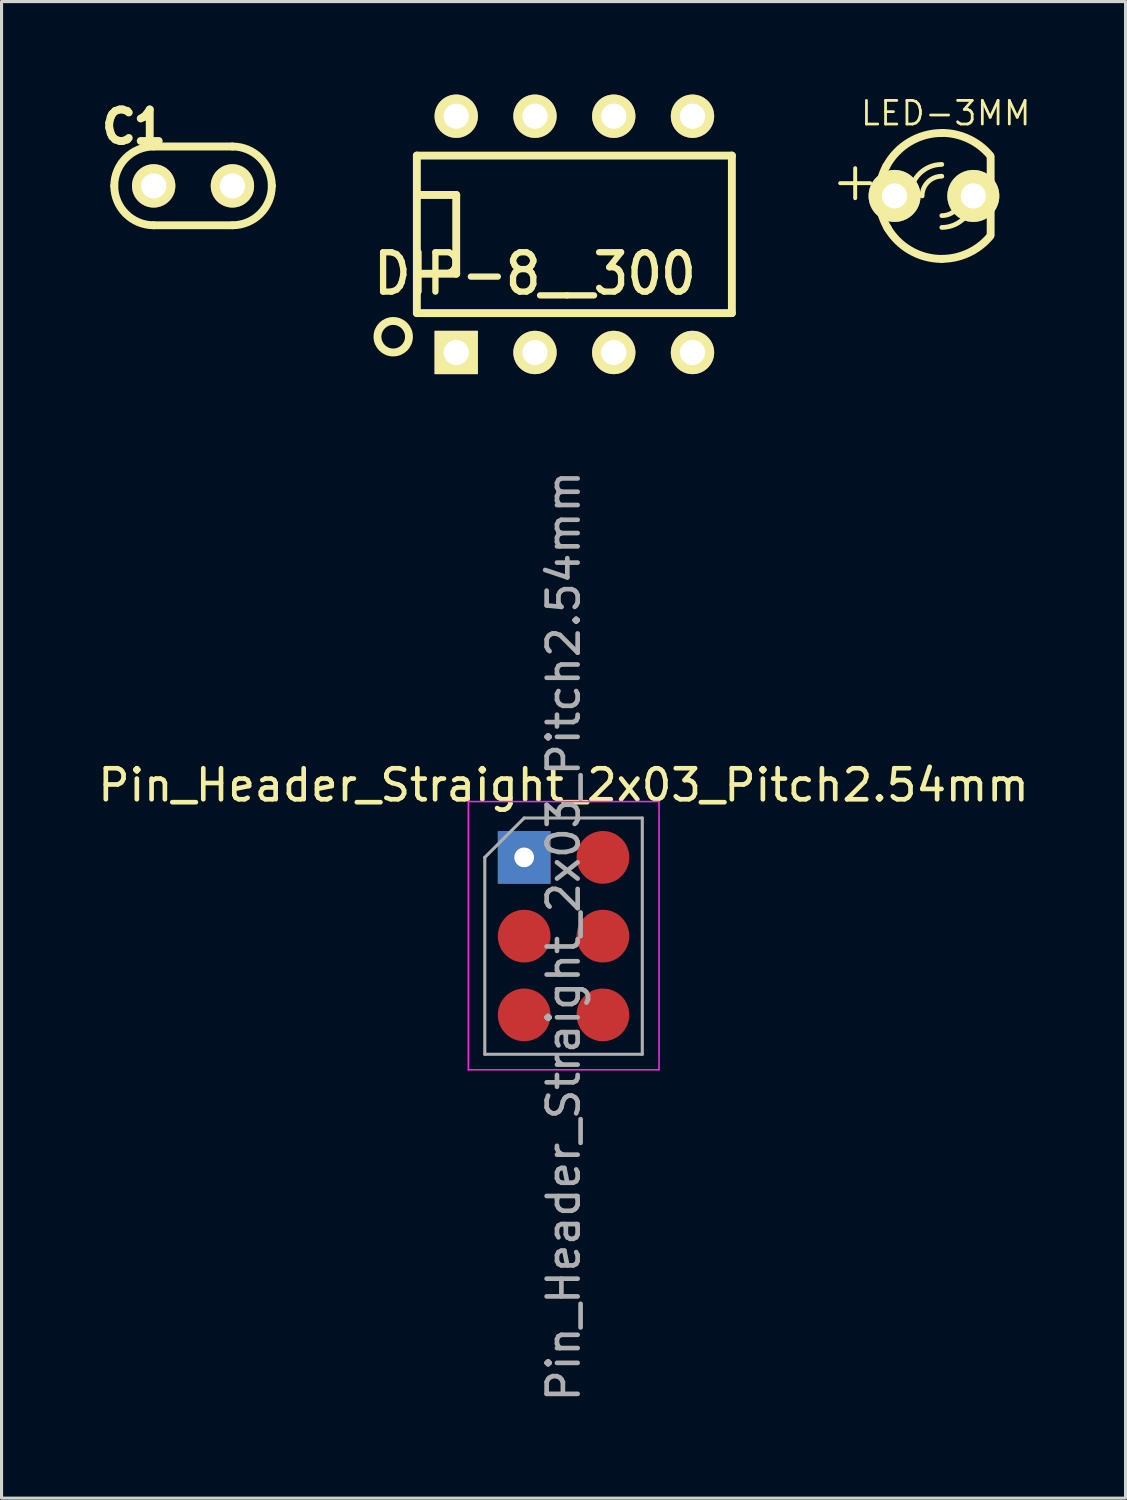
<source format=kicad_pcb>
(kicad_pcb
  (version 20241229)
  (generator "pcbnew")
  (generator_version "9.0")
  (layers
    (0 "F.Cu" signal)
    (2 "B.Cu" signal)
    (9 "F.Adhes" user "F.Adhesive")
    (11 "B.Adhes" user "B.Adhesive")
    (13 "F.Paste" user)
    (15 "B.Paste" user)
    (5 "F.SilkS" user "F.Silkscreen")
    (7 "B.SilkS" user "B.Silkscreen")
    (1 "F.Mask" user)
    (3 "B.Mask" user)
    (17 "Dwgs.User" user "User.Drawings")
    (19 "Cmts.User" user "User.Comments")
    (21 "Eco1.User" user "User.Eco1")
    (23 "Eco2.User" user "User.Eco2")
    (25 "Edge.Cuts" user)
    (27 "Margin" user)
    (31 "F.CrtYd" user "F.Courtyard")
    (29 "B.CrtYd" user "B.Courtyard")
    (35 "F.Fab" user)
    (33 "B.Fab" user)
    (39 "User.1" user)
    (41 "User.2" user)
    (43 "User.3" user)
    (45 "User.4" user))
  (footprint "Pin_Header_Straight_2x03_Pitch2.54mm"
    (layer "F.Cu")
    (at 13.855 24.602)
    (property "Reference" "Pin_Header_Straight_2x03_Pitch2.54mm" (at 1.27 -2.33 0) (layer "F.SilkS") (effects (font (size 1 1) (thickness 0.15))))
    (attr through_hole)
    (fp_line (start -1.8 -1.8) (end -1.8 6.85) (stroke (width 0.05) (type solid)) (layer "F.CrtYd"))
    (fp_line (start -1.8 6.85) (end 4.35 6.85) (stroke (width 0.05) (type solid)) (layer "F.CrtYd"))
    (fp_line (start 4.35 -1.8) (end -1.8 -1.8) (stroke (width 0.05) (type solid)) (layer "F.CrtYd"))
    (fp_line (start 4.35 6.85) (end 4.35 -1.8) (stroke (width 0.05) (type solid)) (layer "F.CrtYd"))
    (fp_line (start -1.27 0) (end 0 -1.27) (stroke (width 0.1) (type solid)) (layer "F.Fab"))
    (fp_line (start -1.27 6.35) (end -1.27 0) (stroke (width 0.1) (type solid)) (layer "F.Fab"))
    (fp_line (start 0 -1.27) (end 3.81 -1.27) (stroke (width 0.1) (type solid)) (layer "F.Fab"))
    (fp_line (start 3.81 -1.27) (end 3.81 6.35) (stroke (width 0.1) (type solid)) (layer "F.Fab"))
    (fp_line (start 3.81 6.35) (end -1.27 6.35) (stroke (width 0.1) (type solid)) (layer "F.Fab"))
    (fp_text user "${REFERENCE}" (at 1.27 2.54 90) (layer "F.Fab") (effects (font (size 1 1) (thickness 0.15))))
    (pad "1" thru_hole rect (at 0 0) (size 1.7 1.7) (drill 0.635) (layers "*.Cu" "F.Mask"))
    (pad "2" smd oval (at 2.54 0) (size 1.7 1.7) (layers "F.Cu" "F.Mask" "F.Paste"))
    (pad "3" smd oval (at 0 2.54) (size 1.7 1.7) (layers "F.Cu" "F.Mask" "F.Paste"))
    (pad "4" smd oval (at 2.54 2.54) (size 1.7 1.7) (layers "F.Cu" "F.Mask" "F.Paste"))
    (pad "5" smd oval (at 0 5.08) (size 1.7 1.7) (layers "F.Cu" "F.Mask" "F.Paste"))
    (pad "6" smd oval (at 2.54 5.08) (size 1.7 1.7) (layers "F.Cu" "F.Mask" "F.Paste")))
  (footprint "C1"
    (layer "F.Cu")
    (at 3.176 2.945)
    (property "Reference" "C1" (at -1.905 -1.905 0) (layer "F.SilkS") (effects (font (size 1.016 1.016) (thickness 0.254))))
    (attr through_hole)
    (fp_line (start -1.27 -1.27) (end 1.27 -1.27) (stroke (width 0.254) (type solid)) (layer "F.SilkS"))
    (fp_line (start -1.27 1.27) (end 1.27 1.27) (stroke (width 0.254) (type solid)) (layer "F.SilkS"))
    (fp_arc (start -2.54 0) (mid -2.168026 -0.898026) (end -1.27 -1.27) (stroke (width 0.254) (type solid)) (layer "F.SilkS"))
    (fp_arc (start -1.27 1.27) (mid -2.168026 0.898026) (end -2.54 0) (stroke (width 0.254) (type solid)) (layer "F.SilkS"))
    (fp_arc (start 1.27 -1.27) (mid 2.168026 -0.898026) (end 2.54 0) (stroke (width 0.254) (type solid)) (layer "F.SilkS"))
    (fp_arc (start 2.54 0) (mid 2.168026 0.898026) (end 1.27 1.27) (stroke (width 0.254) (type solid)) (layer "F.SilkS"))
    (pad "1" thru_hole circle (at -1.27 0) (size 1.397 1.397) (drill 0.813) (layers "*.Cu" "*.Mask" "F.SilkS"))
    (pad "2" thru_hole circle (at 1.27 0) (size 1.397 1.397) (drill 0.813) (layers "*.Cu" "*.Mask" "F.SilkS")))
  (footprint "LED-3MM"
    (layer "F.Cu")
    (at 27.071 3.269)
    (property "Reference" "LED-3MM" (at 0.381 -2.667 0) (layer "F.SilkS") (effects (font (size 0.762 0.762) (thickness 0.089))))
    (attr through_hole)
    (fp_line (start 1.829 1.27) (end 1.829 -1.27) (stroke (width 0.254) (type solid)) (layer "F.SilkS"))
    (fp_arc (start -1.778 0) (mid -1.716347 -0.496745) (end -1.53513 -0.963347) (stroke (width 0.254) (type solid)) (layer "F.SilkS"))
    (fp_arc (start -1.5367 -0.95504) (mid -0.790567 -1.739997) (end 0.253025 -2.02946) (stroke (width 0.254) (type solid)) (layer "F.SilkS"))
    (fp_arc (start -1.47574 1.06426) (mid -1.700164 0.553076) (end -1.776923 0.0001) (stroke (width 0.254) (type solid)) (layer "F.SilkS"))
    (fp_arc (start -0.762 0) (mid -0.46442 -0.71842) (end 0.254 -1.016) (stroke (width 0.1524) (type solid)) (layer "F.SilkS"))
    (fp_arc (start -0.381 0) (mid -0.195013 -0.449013) (end 0.254 -0.635) (stroke (width 0.1524) (type solid)) (layer "F.SilkS"))
    (fp_arc (start 0.254 -2.032) (mid 1.114367 -1.840867) (end 1.81288 -1.303426) (stroke (width 0.254) (type solid)) (layer "F.SilkS"))
    (fp_arc (start 0.254 2.032) (mid -0.76507 1.757988) (end -1.509299 1.009851) (stroke (width 0.254) (type solid)) (layer "F.SilkS"))
    (fp_arc (start 0.889 0) (mid 0.703013 0.449013) (end 0.254 0.635) (stroke (width 0.1524) (type solid)) (layer "F.SilkS"))
    (fp_arc (start 1.27 0) (mid 0.97242 0.71842) (end 0.254 1.016) (stroke (width 0.1524) (type solid)) (layer "F.SilkS"))
    (fp_arc (start 1.8034 1.31064) (mid 1.109154 1.840416) (end 0.256552 2.029387) (stroke (width 0.254) (type solid)) (layer "F.SilkS"))
    (fp_text user "+" (at -2.54 -0.508 0) (layer "F.SilkS") (effects (font (size 1.27 1.27) (thickness 0.127))))
    (pad "1" thru_hole circle (at -1.27 0) (size 1.676 1.676) (drill 0.813) (layers "*.Cu" "*.Mask" "F.SilkS"))
    (pad "2" thru_hole circle (at 1.27 0) (size 1.676 1.676) (drill 0.813) (layers "*.Cu" "*.Mask" "F.SilkS")))
  (footprint "DIP-8__300"
    (layer "F.Cu")
    (at 15.474 4.508)
    (property "Reference" "DIP-8__300" (at -1.27 1.27 0) (layer "F.SilkS") (effects (font (size 1.27 1.143) (thickness 0.203))))
    (attr through_hole)
    (fp_line (start -5.08 -2.54) (end 5.08 -2.54) (stroke (width 0.254) (type solid)) (layer "F.SilkS"))
    (fp_line (start -5.08 -1.27) (end -3.81 -1.27) (stroke (width 0.254) (type solid)) (layer "F.SilkS"))
    (fp_line (start -5.08 2.54) (end -5.08 -2.54) (stroke (width 0.254) (type solid)) (layer "F.SilkS"))
    (fp_line (start -3.81 -1.27) (end -3.81 1.27) (stroke (width 0.254) (type solid)) (layer "F.SilkS"))
    (fp_line (start -3.81 1.27) (end -5.08 1.27) (stroke (width 0.254) (type solid)) (layer "F.SilkS"))
    (fp_line (start 5.08 -2.54) (end 5.08 2.54) (stroke (width 0.254) (type solid)) (layer "F.SilkS"))
    (fp_line (start 5.08 2.54) (end -5.08 2.54) (stroke (width 0.254) (type solid)) (layer "F.SilkS"))
    (fp_circle (center -5.842 3.302) (end -5.842 2.794) (stroke (width 0.254) (type solid)) (fill no) (layer "F.SilkS"))
    (pad "1" thru_hole rect (at -3.81 3.81) (size 1.397 1.397) (drill 0.813) (layers "*.Cu" "*.Mask" "F.SilkS"))
    (pad "2" thru_hole circle (at -1.27 3.81) (size 1.397 1.397) (drill 0.813) (layers "*.Cu" "*.Mask" "F.SilkS"))
    (pad "3" thru_hole circle (at 1.27 3.81) (size 1.397 1.397) (drill 0.813) (layers "*.Cu" "*.Mask" "F.SilkS"))
    (pad "4" thru_hole circle (at 3.81 3.81) (size 1.397 1.397) (drill 0.813) (layers "*.Cu" "*.Mask" "F.SilkS"))
    (pad "5" thru_hole circle (at 3.81 -3.81) (size 1.397 1.397) (drill 0.813) (layers "*.Cu" "*.Mask" "F.SilkS"))
    (pad "6" thru_hole circle (at 1.27 -3.81) (size 1.397 1.397) (drill 0.813) (layers "*.Cu" "*.Mask" "F.SilkS"))
    (pad "7" thru_hole circle (at -1.27 -3.81) (size 1.397 1.397) (drill 0.813) (layers "*.Cu" "*.Mask" "F.SilkS"))
    (pad "8" thru_hole circle (at -3.81 -3.81) (size 1.397 1.397) (drill 0.813) (layers "*.Cu" "*.Mask" "F.SilkS")))
  (gr_rect
    (start -3 -3)
    (end 33.25 45.267)
    (stroke (width 0.1) (type default))
    (fill no)
    (layer "Edge.Cuts")))
</source>
